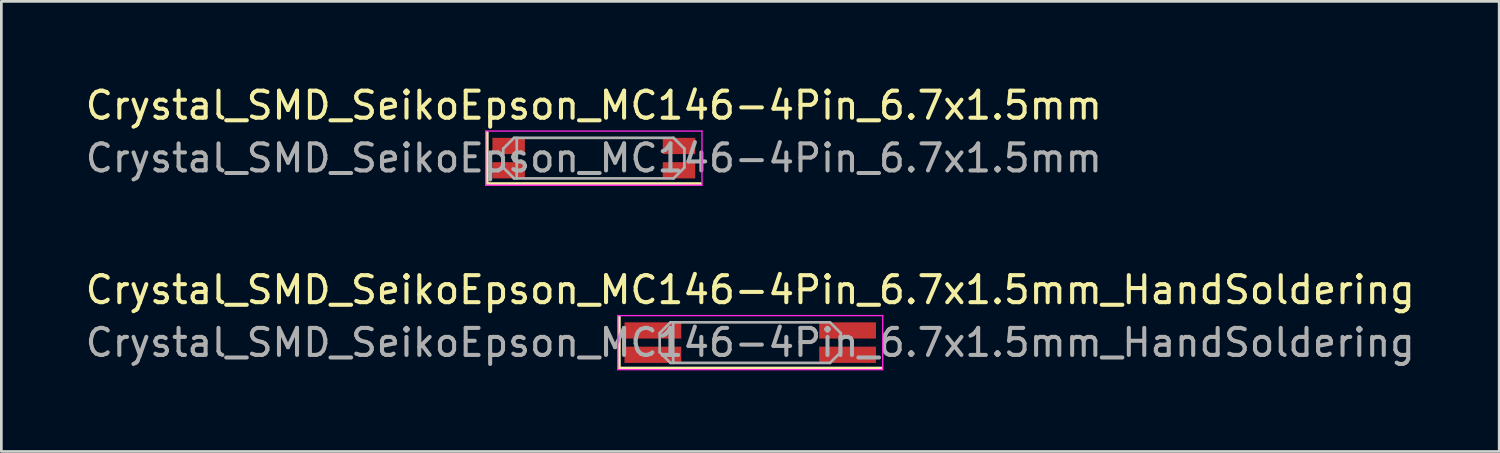
<source format=kicad_pcb>
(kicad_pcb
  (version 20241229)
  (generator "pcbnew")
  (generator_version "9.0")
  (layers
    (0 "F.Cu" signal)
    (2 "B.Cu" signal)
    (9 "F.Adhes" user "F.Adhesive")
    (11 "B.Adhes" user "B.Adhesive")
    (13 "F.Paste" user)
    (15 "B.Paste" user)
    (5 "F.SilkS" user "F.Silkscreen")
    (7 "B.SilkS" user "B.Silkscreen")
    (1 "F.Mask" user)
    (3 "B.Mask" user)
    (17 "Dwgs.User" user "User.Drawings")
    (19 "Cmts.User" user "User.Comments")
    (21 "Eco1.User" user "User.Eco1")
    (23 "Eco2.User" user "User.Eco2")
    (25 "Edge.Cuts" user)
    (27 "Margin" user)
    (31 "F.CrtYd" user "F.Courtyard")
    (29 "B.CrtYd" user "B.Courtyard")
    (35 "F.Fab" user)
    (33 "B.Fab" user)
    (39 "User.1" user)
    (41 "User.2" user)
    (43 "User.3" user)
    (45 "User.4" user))
  (footprint "Crystal_SMD_SeikoEpson_MC146-4Pin_6.7x1.5mm"
    (layer "F.Cu")
    (at 18.911 2.798)
    (property "Reference" "Crystal_SMD_SeikoEpson_MC146-4Pin_6.7x1.5mm" (at 0 -1.95 0) (layer "F.SilkS") (effects (font (size 1 1) (thickness 0.15))))
    (attr smd)
    (fp_line (start -3.95 -0.95) (end -3.95 0.95) (stroke (width 0.12) (type solid)) (layer "F.SilkS"))
    (fp_line (start -3.95 0.95) (end 3.95 0.95) (stroke (width 0.12) (type solid)) (layer "F.SilkS"))
    (fp_line (start -4 -1) (end -4 1) (stroke (width 0.05) (type solid)) (layer "F.CrtYd"))
    (fp_line (start -4 1) (end 4 1) (stroke (width 0.05) (type solid)) (layer "F.CrtYd"))
    (fp_line (start 4 -1) (end -4 -1) (stroke (width 0.05) (type solid)) (layer "F.CrtYd"))
    (fp_line (start 4 1) (end 4 -1) (stroke (width 0.05) (type solid)) (layer "F.CrtYd"))
    (fp_line (start -3.35 -0.35) (end -2.95 -0.75) (stroke (width 0.1) (type solid)) (layer "F.Fab"))
    (fp_line (start -3.35 0.35) (end -3.35 -0.35) (stroke (width 0.1) (type solid)) (layer "F.Fab"))
    (fp_line (start -2.95 -0.75) (end 2.95 -0.75) (stroke (width 0.1) (type solid)) (layer "F.Fab"))
    (fp_line (start -2.95 0.75) (end -3.35 0.35) (stroke (width 0.1) (type solid)) (layer "F.Fab"))
    (fp_line (start -2.85 -0.75) (end -2.85 0.75) (stroke (width 0.1) (type solid)) (layer "F.Fab"))
    (fp_line (start 2.95 -0.75) (end 3.35 -0.35) (stroke (width 0.1) (type solid)) (layer "F.Fab"))
    (fp_line (start 2.95 0.75) (end -2.95 0.75) (stroke (width 0.1) (type solid)) (layer "F.Fab"))
    (fp_line (start 3.35 -0.35) (end 3.35 0.35) (stroke (width 0.1) (type solid)) (layer "F.Fab"))
    (fp_line (start 3.35 0.35) (end 2.95 0.75) (stroke (width 0.1) (type solid)) (layer "F.Fab"))
    (fp_text user "${REFERENCE}" (at 0 0 0) (layer "F.Fab") (effects (font (size 1 1) (thickness 0.15))))
    (pad "1" smd rect (at -3.15 0.45) (size 1.2 0.6) (layers "F.Cu" "F.Mask" "F.Paste"))
    (pad "2" smd rect (at 3.15 0.45) (size 1.2 0.6) (layers "F.Cu" "F.Mask" "F.Paste"))
    (pad "3" smd rect (at 3.15 -0.45) (size 1.2 0.6) (layers "F.Cu" "F.Mask" "F.Paste"))
    (pad "4" smd rect (at -3.15 -0.45) (size 1.2 0.6) (layers "F.Cu" "F.Mask" "F.Paste")))
  (footprint "Crystal_SMD_SeikoEpson_MC146-4Pin_6.7x1.5mm_HandSoldering"
    (layer "F.Cu")
    (at 24.696 9.621)
    (property "Reference" "Crystal_SMD_SeikoEpson_MC146-4Pin_6.7x1.5mm_HandSoldering" (at 0 -1.95 0) (layer "F.SilkS") (effects (font (size 1 1) (thickness 0.15))))
    (attr smd)
    (fp_line (start -4.85 -0.95) (end -4.85 0.95) (stroke (width 0.12) (type solid)) (layer "F.SilkS"))
    (fp_line (start -4.85 0.95) (end 4.85 0.95) (stroke (width 0.12) (type solid)) (layer "F.SilkS"))
    (fp_line (start -4.9 -1) (end -4.9 1) (stroke (width 0.05) (type solid)) (layer "F.CrtYd"))
    (fp_line (start -4.9 1) (end 4.9 1) (stroke (width 0.05) (type solid)) (layer "F.CrtYd"))
    (fp_line (start 4.9 -1) (end -4.9 -1) (stroke (width 0.05) (type solid)) (layer "F.CrtYd"))
    (fp_line (start 4.9 1) (end 4.9 -1) (stroke (width 0.05) (type solid)) (layer "F.CrtYd"))
    (fp_line (start -3.35 -0.35) (end -2.95 -0.75) (stroke (width 0.1) (type solid)) (layer "F.Fab"))
    (fp_line (start -3.35 0.35) (end -3.35 -0.35) (stroke (width 0.1) (type solid)) (layer "F.Fab"))
    (fp_line (start -2.95 -0.75) (end 2.95 -0.75) (stroke (width 0.1) (type solid)) (layer "F.Fab"))
    (fp_line (start -2.95 0.75) (end -3.35 0.35) (stroke (width 0.1) (type solid)) (layer "F.Fab"))
    (fp_line (start -2.85 -0.75) (end -2.85 0.75) (stroke (width 0.1) (type solid)) (layer "F.Fab"))
    (fp_line (start 2.95 -0.75) (end 3.35 -0.35) (stroke (width 0.1) (type solid)) (layer "F.Fab"))
    (fp_line (start 2.95 0.75) (end -2.95 0.75) (stroke (width 0.1) (type solid)) (layer "F.Fab"))
    (fp_line (start 3.35 -0.35) (end 3.35 0.35) (stroke (width 0.1) (type solid)) (layer "F.Fab"))
    (fp_line (start 3.35 0.35) (end 2.95 0.75) (stroke (width 0.1) (type solid)) (layer "F.Fab"))
    (fp_text user "${REFERENCE}" (at 0 0 0) (layer "F.Fab") (effects (font (size 1 1) (thickness 0.15))))
    (pad "1" smd rect (at -3.6 0.45) (size 2.1 0.6) (layers "F.Cu" "F.Mask" "F.Paste"))
    (pad "2" smd rect (at 3.6 0.45) (size 2.1 0.6) (layers "F.Cu" "F.Mask" "F.Paste"))
    (pad "3" smd rect (at 3.6 -0.45) (size 2.1 0.6) (layers "F.Cu" "F.Mask" "F.Paste"))
    (pad "4" smd rect (at -3.6 -0.45) (size 2.1 0.6) (layers "F.Cu" "F.Mask" "F.Paste")))
  (gr_rect
    (start -3 -3)
    (end 52.393 13.646)
    (stroke (width 0.1) (type default))
    (fill no)
    (layer "Edge.Cuts")))
</source>
